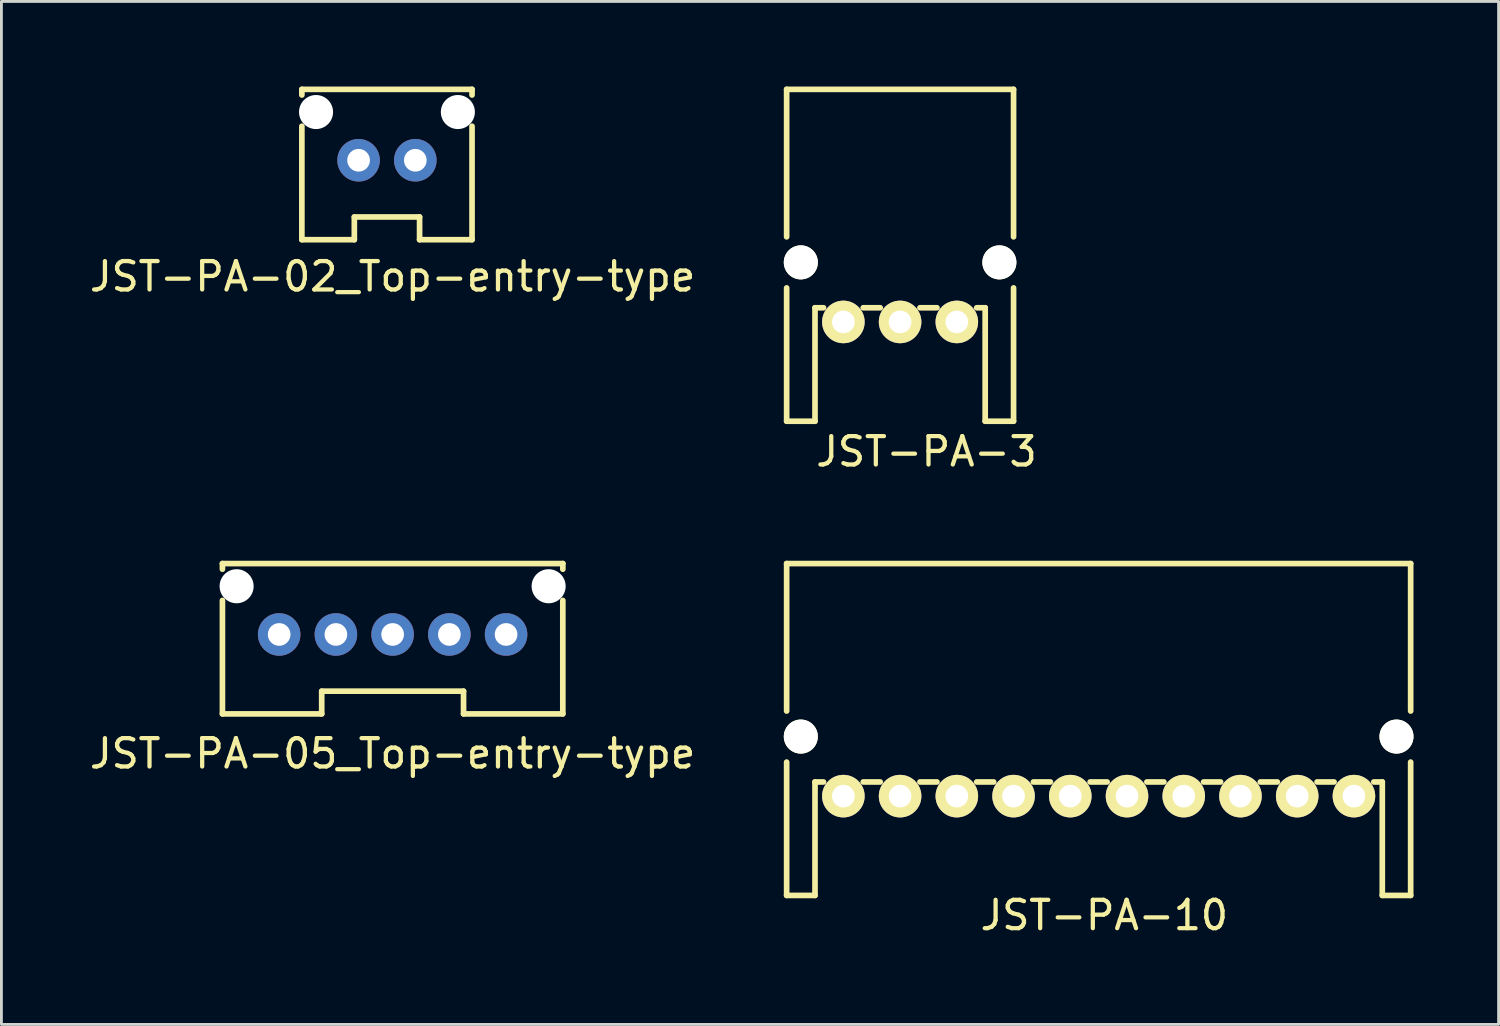
<source format=kicad_pcb>
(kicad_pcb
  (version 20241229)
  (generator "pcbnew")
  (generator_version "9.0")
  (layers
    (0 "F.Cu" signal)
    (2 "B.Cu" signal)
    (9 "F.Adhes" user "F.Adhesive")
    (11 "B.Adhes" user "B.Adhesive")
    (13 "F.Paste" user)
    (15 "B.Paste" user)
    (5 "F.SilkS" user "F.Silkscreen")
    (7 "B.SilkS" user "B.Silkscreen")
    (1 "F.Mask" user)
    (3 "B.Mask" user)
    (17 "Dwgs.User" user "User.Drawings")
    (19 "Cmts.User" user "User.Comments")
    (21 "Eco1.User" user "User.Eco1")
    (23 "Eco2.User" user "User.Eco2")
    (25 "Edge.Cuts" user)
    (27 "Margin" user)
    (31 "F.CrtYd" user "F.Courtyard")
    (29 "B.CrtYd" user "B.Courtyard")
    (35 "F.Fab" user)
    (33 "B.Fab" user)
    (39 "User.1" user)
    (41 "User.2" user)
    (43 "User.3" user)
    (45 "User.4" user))
  (footprint "JST-PA-05_Top-entry-type"
    (layer "F.Cu")
    (at 10.792 19.318)
    (property "Reference" "JST-PA-05_Top-entry-type" (at 0 4.2 0) (layer "F.SilkS") (effects (font (size 1 1) (thickness 0.15))))
    (attr through_hole)
    (fp_line (start -6 -2.5) (end -6 -2.3) (stroke (width 0.2) (type solid)) (layer "F.SilkS"))
    (fp_line (start -6 -2.5) (end 6 -2.5) (stroke (width 0.2) (type solid)) (layer "F.SilkS"))
    (fp_line (start -6 -1.2) (end -6 2.8) (stroke (width 0.2) (type solid)) (layer "F.SilkS"))
    (fp_line (start -2.5 2) (end 2.5 2) (stroke (width 0.2) (type solid)) (layer "F.SilkS"))
    (fp_line (start -2.5 2.8) (end -6 2.8) (stroke (width 0.2) (type solid)) (layer "F.SilkS"))
    (fp_line (start -2.5 2.8) (end -2.5 2) (stroke (width 0.2) (type solid)) (layer "F.SilkS"))
    (fp_line (start 2.5 2.8) (end 2.5 2) (stroke (width 0.2) (type solid)) (layer "F.SilkS"))
    (fp_line (start 6 -2.5) (end 6 -2.3) (stroke (width 0.2) (type solid)) (layer "F.SilkS"))
    (fp_line (start 6 2.8) (end 2.5 2.8) (stroke (width 0.2) (type solid)) (layer "F.SilkS"))
    (fp_line (start 6 2.8) (end 6 -1.2) (stroke (width 0.2) (type solid)) (layer "F.SilkS"))
    (pad "" np_thru_hole circle (at -5.5 -1.7) (size 1.2 1.2) (drill 1.2) (layers "*.Cu" "*.Mask"))
    (pad "" np_thru_hole circle (at 5.5 -1.7) (size 1.2 1.2) (drill 1.2) (layers "*.Cu" "*.Mask"))
    (pad "1" thru_hole circle (at -4 0) (size 1.5 1.5) (drill 0.8) (layers "*.Cu" "*.Mask"))
    (pad "2" thru_hole circle (at -2 0) (size 1.5 1.5) (drill 0.8) (layers "*.Cu" "*.Mask"))
    (pad "3" thru_hole circle (at 0 0) (size 1.5 1.5) (drill 0.8) (layers "*.Cu" "*.Mask"))
    (pad "4" thru_hole circle (at 2 0) (size 1.5 1.5) (drill 0.8) (layers "*.Cu" "*.Mask"))
    (pad "5" thru_hole circle (at 4 0) (size 1.5 1.5) (drill 0.8) (layers "*.Cu" "*.Mask")))
  (footprint "JST-PA-10"
    (layer "F.Cu")
    (at 34.683 25.018)
    (property "Reference" "JST-PA-10" (at 1.2 4.2 0) (layer "F.SilkS") (effects (font (size 1 1) (thickness 0.15))))
    (attr through_hole)
    (fp_line (start -10 -8.2) (end -10 -3) (stroke (width 0.2) (type solid)) (layer "F.SilkS"))
    (fp_line (start -10 -1.2) (end -10 3.5) (stroke (width 0.2) (type solid)) (layer "F.SilkS"))
    (fp_line (start -10 3.5) (end -9 3.5) (stroke (width 0.2) (type solid)) (layer "F.SilkS"))
    (fp_line (start -9 -0.5) (end -8.7 -0.5) (stroke (width 0.2) (type solid)) (layer "F.SilkS"))
    (fp_line (start -9 3.5) (end -9 -0.5) (stroke (width 0.2) (type solid)) (layer "F.SilkS"))
    (fp_line (start -6.7 -0.5) (end -7.3 -0.5) (stroke (width 0.2) (type solid)) (layer "F.SilkS"))
    (fp_line (start -4.7 -0.5) (end -5.3 -0.5) (stroke (width 0.2) (type solid)) (layer "F.SilkS"))
    (fp_line (start -2.7 -0.5) (end -3.3 -0.5) (stroke (width 0.2) (type solid)) (layer "F.SilkS"))
    (fp_line (start -0.7 -0.5) (end -1.3 -0.5) (stroke (width 0.2) (type solid)) (layer "F.SilkS"))
    (fp_line (start 1.3 -0.5) (end 0.7 -0.5) (stroke (width 0.2) (type solid)) (layer "F.SilkS"))
    (fp_line (start 3.3 -0.5) (end 2.7 -0.5) (stroke (width 0.2) (type solid)) (layer "F.SilkS"))
    (fp_line (start 5.3 -0.5) (end 4.7 -0.5) (stroke (width 0.2) (type solid)) (layer "F.SilkS"))
    (fp_line (start 7.3 -0.5) (end 6.7 -0.5) (stroke (width 0.2) (type solid)) (layer "F.SilkS"))
    (fp_line (start 9.3 -0.5) (end 8.7 -0.5) (stroke (width 0.2) (type solid)) (layer "F.SilkS"))
    (fp_line (start 11 -0.5) (end 10.7 -0.5) (stroke (width 0.2) (type solid)) (layer "F.SilkS"))
    (fp_line (start 11 3.5) (end 11 -0.5) (stroke (width 0.2) (type solid)) (layer "F.SilkS"))
    (fp_line (start 12 -8.2) (end -10 -8.2) (stroke (width 0.2) (type solid)) (layer "F.SilkS"))
    (fp_line (start 12 -3) (end 12 -8.2) (stroke (width 0.2) (type solid)) (layer "F.SilkS"))
    (fp_line (start 12 3.5) (end 11 3.5) (stroke (width 0.2) (type solid)) (layer "F.SilkS"))
    (fp_line (start 12 3.5) (end 12 -1.2) (stroke (width 0.2) (type solid)) (layer "F.SilkS"))
    (pad "" np_thru_hole circle (at -9.5 -2.1) (size 1.2 1.2) (drill 1.2) (layers "*.Cu" "*.Mask" "F.SilkS"))
    (pad "" np_thru_hole circle (at 11.5 -2.1) (size 1.2 1.2) (drill 1.2) (layers "*.Cu" "*.Mask" "F.SilkS"))
    (pad "1" thru_hole circle (at -8 0) (size 1.5 1.5) (drill 0.8) (layers "*.Cu" "*.Mask" "F.SilkS"))
    (pad "2" thru_hole circle (at -6 0) (size 1.5 1.5) (drill 0.8) (layers "*.Cu" "*.Mask" "F.SilkS"))
    (pad "3" thru_hole circle (at -4 0) (size 1.5 1.5) (drill 0.8) (layers "*.Cu" "*.Mask" "F.SilkS"))
    (pad "4" thru_hole circle (at -2 0) (size 1.5 1.5) (drill 0.8) (layers "*.Cu" "*.Mask" "F.SilkS"))
    (pad "5" thru_hole circle (at 0 0) (size 1.5 1.5) (drill 0.8) (layers "*.Cu" "*.Mask" "F.SilkS"))
    (pad "6" thru_hole circle (at 2 0) (size 1.5 1.5) (drill 0.8) (layers "*.Cu" "*.Mask" "F.SilkS"))
    (pad "7" thru_hole circle (at 4 0) (size 1.5 1.5) (drill 0.8) (layers "*.Cu" "*.Mask" "F.SilkS"))
    (pad "8" thru_hole circle (at 6 0) (size 1.5 1.5) (drill 0.8) (layers "*.Cu" "*.Mask" "F.SilkS"))
    (pad "9" thru_hole circle (at 8 0) (size 1.5 1.5) (drill 0.8) (layers "*.Cu" "*.Mask" "F.SilkS"))
    (pad "10" thru_hole circle (at 10 0) (size 1.5 1.5) (drill 0.8) (layers "*.Cu" "*.Mask" "F.SilkS")))
  (footprint "JST-PA-3"
    (layer "F.Cu")
    (at 26.683 8.3)
    (property "Reference" "JST-PA-3" (at 2.93 4.57 0) (layer "F.SilkS") (effects (font (size 1 1) (thickness 0.15))))
    (attr through_hole)
    (fp_line (start -2 -8.2) (end -2 -3) (stroke (width 0.2) (type solid)) (layer "F.SilkS"))
    (fp_line (start -2 -1.2) (end -2 3.5) (stroke (width 0.2) (type solid)) (layer "F.SilkS"))
    (fp_line (start -2 3.5) (end -1 3.5) (stroke (width 0.2) (type solid)) (layer "F.SilkS"))
    (fp_line (start -1 -0.5) (end -0.7 -0.5) (stroke (width 0.2) (type solid)) (layer "F.SilkS"))
    (fp_line (start -1 3.5) (end -1 -0.5) (stroke (width 0.2) (type solid)) (layer "F.SilkS"))
    (fp_line (start 1.3 -0.5) (end 0.7 -0.5) (stroke (width 0.2) (type solid)) (layer "F.SilkS"))
    (fp_line (start 3.3 -0.5) (end 2.7 -0.5) (stroke (width 0.2) (type solid)) (layer "F.SilkS"))
    (fp_line (start 5 -0.5) (end 4.7 -0.5) (stroke (width 0.2) (type solid)) (layer "F.SilkS"))
    (fp_line (start 5 3.5) (end 5 -0.5) (stroke (width 0.2) (type solid)) (layer "F.SilkS"))
    (fp_line (start 6 -8.2) (end -2 -8.2) (stroke (width 0.2) (type solid)) (layer "F.SilkS"))
    (fp_line (start 6 -3) (end 6 -8.2) (stroke (width 0.2) (type solid)) (layer "F.SilkS"))
    (fp_line (start 6 3.5) (end 5 3.5) (stroke (width 0.2) (type solid)) (layer "F.SilkS"))
    (fp_line (start 6 3.5) (end 6 -1.2) (stroke (width 0.2) (type solid)) (layer "F.SilkS"))
    (pad "" np_thru_hole circle (at -1.5 -2.1) (size 1.2 1.2) (drill 1.2) (layers "*.Cu" "*.Mask" "F.SilkS"))
    (pad "" np_thru_hole circle (at 5.5 -2.1) (size 1.2 1.2) (drill 1.2) (layers "*.Cu" "*.Mask" "F.SilkS"))
    (pad "1" thru_hole circle (at 0 0) (size 1.5 1.5) (drill 0.8) (layers "*.Cu" "*.Mask" "F.SilkS"))
    (pad "2" thru_hole circle (at 2 0) (size 1.5 1.5) (drill 0.8) (layers "*.Cu" "*.Mask" "F.SilkS"))
    (pad "3" thru_hole circle (at 4 0) (size 1.5 1.5) (drill 0.8) (layers "*.Cu" "*.Mask" "F.SilkS")))
  (footprint "JST-PA-02_Top-entry-type"
    (layer "F.Cu")
    (at 11.592 2.6)
    (property "Reference" "JST-PA-02_Top-entry-type" (at -0.8 4.1 0) (layer "F.SilkS") (effects (font (size 1 1) (thickness 0.15))))
    (attr through_hole)
    (fp_line (start -4 -2.5) (end -4 -2.3) (stroke (width 0.2) (type solid)) (layer "F.SilkS"))
    (fp_line (start -4 -2.5) (end 2 -2.5) (stroke (width 0.2) (type solid)) (layer "F.SilkS"))
    (fp_line (start -4 -1.2) (end -4 2.8) (stroke (width 0.2) (type solid)) (layer "F.SilkS"))
    (fp_line (start -2.15 2) (end 0.15 2) (stroke (width 0.2) (type solid)) (layer "F.SilkS"))
    (fp_line (start -2.15 2.8) (end -4 2.8) (stroke (width 0.2) (type solid)) (layer "F.SilkS"))
    (fp_line (start -2.15 2.8) (end -2.15 2) (stroke (width 0.2) (type solid)) (layer "F.SilkS"))
    (fp_line (start 0.15 2.8) (end 0.15 2) (stroke (width 0.2) (type solid)) (layer "F.SilkS"))
    (fp_line (start 2 -2.5) (end 2 -2.3) (stroke (width 0.2) (type solid)) (layer "F.SilkS"))
    (fp_line (start 2 2.8) (end 0.15 2.8) (stroke (width 0.2) (type solid)) (layer "F.SilkS"))
    (fp_line (start 2 2.8) (end 2 -1.2) (stroke (width 0.2) (type solid)) (layer "F.SilkS"))
    (pad "" np_thru_hole circle (at -3.5 -1.7) (size 1.2 1.2) (drill 1.2) (layers "*.Cu" "*.Mask"))
    (pad "" np_thru_hole circle (at 1.5 -1.7) (size 1.2 1.2) (drill 1.2) (layers "*.Cu" "*.Mask"))
    (pad "1" thru_hole circle (at -2 0) (size 1.5 1.5) (drill 0.8) (layers "*.Cu" "*.Mask"))
    (pad "2" thru_hole circle (at 0 0) (size 1.5 1.5) (drill 0.8) (layers "*.Cu" "*.Mask")))
  (gr_rect
    (start -3 -3)
    (end 49.783 33.066)
    (stroke (width 0.1) (type default))
    (fill no)
    (layer "Edge.Cuts")))
</source>
